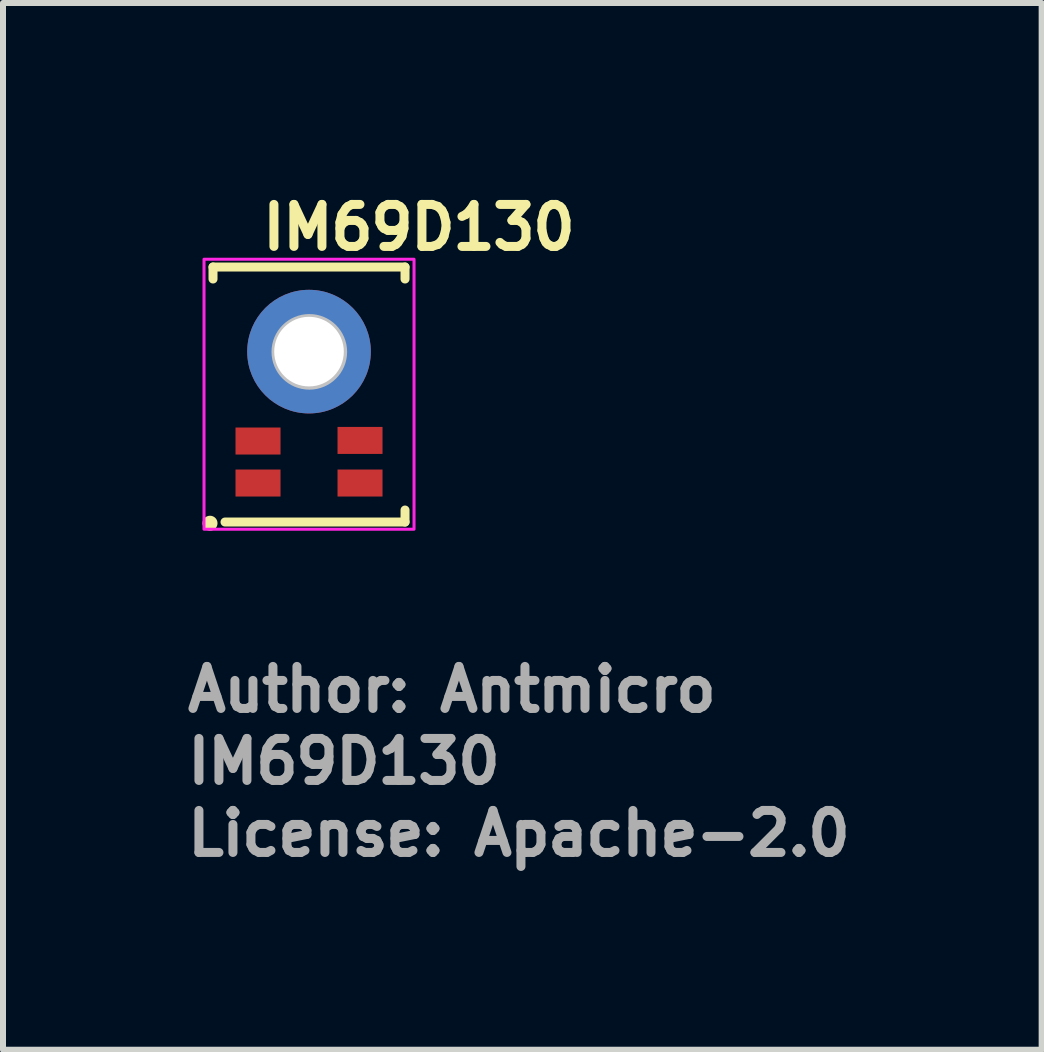
<source format=kicad_pcb>
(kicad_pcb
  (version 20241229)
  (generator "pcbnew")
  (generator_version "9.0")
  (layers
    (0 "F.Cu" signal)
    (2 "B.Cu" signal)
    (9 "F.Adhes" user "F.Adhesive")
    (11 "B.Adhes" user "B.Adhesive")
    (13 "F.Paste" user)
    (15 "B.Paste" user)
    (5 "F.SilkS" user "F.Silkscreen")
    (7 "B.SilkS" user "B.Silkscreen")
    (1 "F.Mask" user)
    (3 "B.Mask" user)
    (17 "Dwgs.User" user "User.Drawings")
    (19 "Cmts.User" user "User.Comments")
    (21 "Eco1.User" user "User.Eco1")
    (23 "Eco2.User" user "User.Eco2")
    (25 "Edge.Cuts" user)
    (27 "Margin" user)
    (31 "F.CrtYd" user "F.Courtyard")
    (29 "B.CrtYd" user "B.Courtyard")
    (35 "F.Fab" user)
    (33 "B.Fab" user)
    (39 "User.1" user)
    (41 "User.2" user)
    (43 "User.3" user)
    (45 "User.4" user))
  (footprint "IM69D130"
    (layer "F.Cu")
    (at 2.1 3.52)
    (property "Reference" "IM69D130" (at -0.85 -2.37 0) (layer "F.SilkS") (effects (font (size 0.7 0.7) (thickness 0.15)) (justify left bottom)))
    (attr smd)
    (fp_line (start -1.6 -2.12) (end 1.6 -2.12) (stroke (width 0.15) (type solid)) (layer "F.SilkS"))
    (fp_line (start -1.6 -1.92) (end -1.6 -2.12) (stroke (width 0.15) (type solid)) (layer "F.SilkS"))
    (fp_line (start 1.6 -2.12) (end 1.6 -1.92) (stroke (width 0.15) (type solid)) (layer "F.SilkS"))
    (fp_line (start 1.6 1.93) (end 1.6 2.13) (stroke (width 0.15) (type solid)) (layer "F.SilkS"))
    (fp_line (start 1.6 2.13) (end -1.4 2.13) (stroke (width 0.15) (type solid)) (layer "F.SilkS"))
    (fp_circle (center -1.65 2.15) (end -1.6 2.15) (stroke (width 0.15) (type solid)) (fill yes) (layer "F.SilkS"))
    (fp_circle (center 0.005 -0.706) (end 0.005 -1.286) (stroke (width 0.1) (type solid)) (fill no) (layer "Dwgs.User"))
    (fp_circle (center 0.005 -0.706) (end 0.005 -1.106) (stroke (width 0.1) (type solid)) (fill no) (layer "Dwgs.User"))
    (fp_rect (start -1.75 -2.25) (end 1.75 2.25) (stroke (width 0.05) (type solid)) (fill no) (layer "F.CrtYd"))
    (fp_rect (start -1.5 -2) (end 1.5 2) (stroke (width 0.1) (type solid)) (fill no) (layer "User.5"))
    (fp_line (start -1.5 -2) (end -1.5 2) (stroke (width 0.02) (type solid)) (layer "User.9"))
    (fp_line (start -1.5 2) (end 1.5 2) (stroke (width 0.02) (type solid)) (layer "User.9"))
    (fp_line (start -1.2 -1.462) (end -1.199 -1.475) (stroke (width 0.02) (type solid)) (layer "User.9"))
    (fp_line (start -1.2 -1.462) (end -1.199 -1.475) (stroke (width 0.02) (type solid)) (layer "User.9"))
    (fp_line (start -1.2 -1.45) (end -1.2 -1.462) (stroke (width 0.02) (type solid)) (layer "User.9"))
    (fp_line (start -1.2 -1.45) (end -1.2 -1.462) (stroke (width 0.02) (type solid)) (layer "User.9"))
    (fp_line (start -1.2 -1.45) (end -1.2 1.45) (stroke (width 0.02) (type solid)) (layer "User.9"))
    (fp_line (start -1.2 -1.45) (end -0.95 -1.45) (stroke (width 0.02) (type solid)) (layer "User.9"))
    (fp_line (start -1.2 1.462) (end -1.2 1.45) (stroke (width 0.02) (type solid)) (layer "User.9"))
    (fp_line (start -1.2 1.462) (end -1.2 1.45) (stroke (width 0.02) (type solid)) (layer "User.9"))
    (fp_line (start -1.199 -1.475) (end -1.197 -1.487) (stroke (width 0.02) (type solid)) (layer "User.9"))
    (fp_line (start -1.199 -1.475) (end -1.197 -1.487) (stroke (width 0.02) (type solid)) (layer "User.9"))
    (fp_line (start -1.199 1.475) (end -1.2 1.462) (stroke (width 0.02) (type solid)) (layer "User.9"))
    (fp_line (start -1.199 1.475) (end -1.2 1.462) (stroke (width 0.02) (type solid)) (layer "User.9"))
    (fp_line (start -1.197 -1.487) (end -1.195 -1.499) (stroke (width 0.02) (type solid)) (layer "User.9"))
    (fp_line (start -1.197 -1.487) (end -1.195 -1.499) (stroke (width 0.02) (type solid)) (layer "User.9"))
    (fp_line (start -1.197 1.487) (end -1.199 1.475) (stroke (width 0.02) (type solid)) (layer "User.9"))
    (fp_line (start -1.197 1.487) (end -1.199 1.475) (stroke (width 0.02) (type solid)) (layer "User.9"))
    (fp_line (start -1.195 -1.499) (end -1.192 -1.511) (stroke (width 0.02) (type solid)) (layer "User.9"))
    (fp_line (start -1.195 -1.499) (end -1.192 -1.511) (stroke (width 0.02) (type solid)) (layer "User.9"))
    (fp_line (start -1.195 1.499) (end -1.197 1.487) (stroke (width 0.02) (type solid)) (layer "User.9"))
    (fp_line (start -1.195 1.499) (end -1.197 1.487) (stroke (width 0.02) (type solid)) (layer "User.9"))
    (fp_line (start -1.192 -1.511) (end -1.189 -1.523) (stroke (width 0.02) (type solid)) (layer "User.9"))
    (fp_line (start -1.192 -1.511) (end -1.189 -1.523) (stroke (width 0.02) (type solid)) (layer "User.9"))
    (fp_line (start -1.192 1.511) (end -1.195 1.499) (stroke (width 0.02) (type solid)) (layer "User.9"))
    (fp_line (start -1.192 1.511) (end -1.195 1.499) (stroke (width 0.02) (type solid)) (layer "User.9"))
    (fp_line (start -1.189 -1.523) (end -1.185 -1.534) (stroke (width 0.02) (type solid)) (layer "User.9"))
    (fp_line (start -1.189 -1.523) (end -1.185 -1.534) (stroke (width 0.02) (type solid)) (layer "User.9"))
    (fp_line (start -1.189 1.523) (end -1.192 1.511) (stroke (width 0.02) (type solid)) (layer "User.9"))
    (fp_line (start -1.189 1.523) (end -1.192 1.511) (stroke (width 0.02) (type solid)) (layer "User.9"))
    (fp_line (start -1.185 -1.534) (end -1.181 -1.546) (stroke (width 0.02) (type solid)) (layer "User.9"))
    (fp_line (start -1.185 -1.534) (end -1.181 -1.546) (stroke (width 0.02) (type solid)) (layer "User.9"))
    (fp_line (start -1.185 1.534) (end -1.189 1.523) (stroke (width 0.02) (type solid)) (layer "User.9"))
    (fp_line (start -1.185 1.534) (end -1.189 1.523) (stroke (width 0.02) (type solid)) (layer "User.9"))
    (fp_line (start -1.181 -1.546) (end -1.176 -1.557) (stroke (width 0.02) (type solid)) (layer "User.9"))
    (fp_line (start -1.181 -1.546) (end -1.176 -1.557) (stroke (width 0.02) (type solid)) (layer "User.9"))
    (fp_line (start -1.181 1.546) (end -1.185 1.534) (stroke (width 0.02) (type solid)) (layer "User.9"))
    (fp_line (start -1.181 1.546) (end -1.185 1.534) (stroke (width 0.02) (type solid)) (layer "User.9"))
    (fp_line (start -1.176 -1.557) (end -1.171 -1.568) (stroke (width 0.02) (type solid)) (layer "User.9"))
    (fp_line (start -1.176 -1.557) (end -1.171 -1.568) (stroke (width 0.02) (type solid)) (layer "User.9"))
    (fp_line (start -1.176 1.557) (end -1.181 1.546) (stroke (width 0.02) (type solid)) (layer "User.9"))
    (fp_line (start -1.176 1.557) (end -1.181 1.546) (stroke (width 0.02) (type solid)) (layer "User.9"))
    (fp_line (start -1.171 -1.568) (end -1.165 -1.578) (stroke (width 0.02) (type solid)) (layer "User.9"))
    (fp_line (start -1.171 -1.568) (end -1.165 -1.578) (stroke (width 0.02) (type solid)) (layer "User.9"))
    (fp_line (start -1.171 1.568) (end -1.176 1.557) (stroke (width 0.02) (type solid)) (layer "User.9"))
    (fp_line (start -1.171 1.568) (end -1.176 1.557) (stroke (width 0.02) (type solid)) (layer "User.9"))
    (fp_line (start -1.165 -1.578) (end -1.158 -1.589) (stroke (width 0.02) (type solid)) (layer "User.9"))
    (fp_line (start -1.165 -1.578) (end -1.158 -1.589) (stroke (width 0.02) (type solid)) (layer "User.9"))
    (fp_line (start -1.165 1.578) (end -1.171 1.568) (stroke (width 0.02) (type solid)) (layer "User.9"))
    (fp_line (start -1.165 1.578) (end -1.171 1.568) (stroke (width 0.02) (type solid)) (layer "User.9"))
    (fp_line (start -1.158 -1.589) (end -1.151 -1.599) (stroke (width 0.02) (type solid)) (layer "User.9"))
    (fp_line (start -1.158 -1.589) (end -1.151 -1.599) (stroke (width 0.02) (type solid)) (layer "User.9"))
    (fp_line (start -1.158 1.589) (end -1.165 1.578) (stroke (width 0.02) (type solid)) (layer "User.9"))
    (fp_line (start -1.158 1.589) (end -1.165 1.578) (stroke (width 0.02) (type solid)) (layer "User.9"))
    (fp_line (start -1.151 -1.599) (end -1.143 -1.608) (stroke (width 0.02) (type solid)) (layer "User.9"))
    (fp_line (start -1.151 -1.599) (end -1.143 -1.608) (stroke (width 0.02) (type solid)) (layer "User.9"))
    (fp_line (start -1.151 1.599) (end -1.158 1.589) (stroke (width 0.02) (type solid)) (layer "User.9"))
    (fp_line (start -1.151 1.599) (end -1.158 1.589) (stroke (width 0.02) (type solid)) (layer "User.9"))
    (fp_line (start -1.143 -1.608) (end -1.135 -1.618) (stroke (width 0.02) (type solid)) (layer "User.9"))
    (fp_line (start -1.143 -1.608) (end -1.135 -1.618) (stroke (width 0.02) (type solid)) (layer "User.9"))
    (fp_line (start -1.143 1.608) (end -1.151 1.599) (stroke (width 0.02) (type solid)) (layer "User.9"))
    (fp_line (start -1.143 1.608) (end -1.151 1.599) (stroke (width 0.02) (type solid)) (layer "User.9"))
    (fp_line (start -1.135 -1.618) (end -1.127 -1.627) (stroke (width 0.02) (type solid)) (layer "User.9"))
    (fp_line (start -1.135 -1.618) (end -1.127 -1.627) (stroke (width 0.02) (type solid)) (layer "User.9"))
    (fp_line (start -1.135 1.618) (end -1.143 1.608) (stroke (width 0.02) (type solid)) (layer "User.9"))
    (fp_line (start -1.135 1.618) (end -1.143 1.608) (stroke (width 0.02) (type solid)) (layer "User.9"))
    (fp_line (start -1.127 -1.627) (end -1.118 -1.635) (stroke (width 0.02) (type solid)) (layer "User.9"))
    (fp_line (start -1.127 -1.627) (end -1.118 -1.635) (stroke (width 0.02) (type solid)) (layer "User.9"))
    (fp_line (start -1.127 1.627) (end -1.135 1.618) (stroke (width 0.02) (type solid)) (layer "User.9"))
    (fp_line (start -1.127 1.627) (end -1.135 1.618) (stroke (width 0.02) (type solid)) (layer "User.9"))
    (fp_line (start -1.118 -1.635) (end -1.108 -1.643) (stroke (width 0.02) (type solid)) (layer "User.9"))
    (fp_line (start -1.118 -1.635) (end -1.108 -1.643) (stroke (width 0.02) (type solid)) (layer "User.9"))
    (fp_line (start -1.118 1.635) (end -1.127 1.627) (stroke (width 0.02) (type solid)) (layer "User.9"))
    (fp_line (start -1.118 1.635) (end -1.127 1.627) (stroke (width 0.02) (type solid)) (layer "User.9"))
    (fp_line (start -1.108 -1.643) (end -1.099 -1.651) (stroke (width 0.02) (type solid)) (layer "User.9"))
    (fp_line (start -1.108 -1.643) (end -1.099 -1.651) (stroke (width 0.02) (type solid)) (layer "User.9"))
    (fp_line (start -1.108 1.643) (end -1.118 1.635) (stroke (width 0.02) (type solid)) (layer "User.9"))
    (fp_line (start -1.108 1.643) (end -1.118 1.635) (stroke (width 0.02) (type solid)) (layer "User.9"))
    (fp_line (start -1.099 -1.651) (end -1.089 -1.658) (stroke (width 0.02) (type solid)) (layer "User.9"))
    (fp_line (start -1.099 -1.651) (end -1.089 -1.658) (stroke (width 0.02) (type solid)) (layer "User.9"))
    (fp_line (start -1.099 1.651) (end -1.108 1.643) (stroke (width 0.02) (type solid)) (layer "User.9"))
    (fp_line (start -1.099 1.651) (end -1.108 1.643) (stroke (width 0.02) (type solid)) (layer "User.9"))
    (fp_line (start -1.089 -1.658) (end -1.078 -1.665) (stroke (width 0.02) (type solid)) (layer "User.9"))
    (fp_line (start -1.089 -1.658) (end -1.078 -1.665) (stroke (width 0.02) (type solid)) (layer "User.9"))
    (fp_line (start -1.089 1.658) (end -1.099 1.651) (stroke (width 0.02) (type solid)) (layer "User.9"))
    (fp_line (start -1.089 1.658) (end -1.099 1.651) (stroke (width 0.02) (type solid)) (layer "User.9"))
    (fp_line (start -1.078 -1.665) (end -1.068 -1.671) (stroke (width 0.02) (type solid)) (layer "User.9"))
    (fp_line (start -1.078 -1.665) (end -1.068 -1.671) (stroke (width 0.02) (type solid)) (layer "User.9"))
    (fp_line (start -1.078 1.665) (end -1.089 1.658) (stroke (width 0.02) (type solid)) (layer "User.9"))
    (fp_line (start -1.078 1.665) (end -1.089 1.658) (stroke (width 0.02) (type solid)) (layer "User.9"))
    (fp_line (start -1.068 -1.671) (end -1.057 -1.676) (stroke (width 0.02) (type solid)) (layer "User.9"))
    (fp_line (start -1.068 -1.671) (end -1.057 -1.676) (stroke (width 0.02) (type solid)) (layer "User.9"))
    (fp_line (start -1.068 1.671) (end -1.078 1.665) (stroke (width 0.02) (type solid)) (layer "User.9"))
    (fp_line (start -1.068 1.671) (end -1.078 1.665) (stroke (width 0.02) (type solid)) (layer "User.9"))
    (fp_line (start -1.057 -1.676) (end -1.046 -1.681) (stroke (width 0.02) (type solid)) (layer "User.9"))
    (fp_line (start -1.057 -1.676) (end -1.046 -1.681) (stroke (width 0.02) (type solid)) (layer "User.9"))
    (fp_line (start -1.057 1.676) (end -1.068 1.671) (stroke (width 0.02) (type solid)) (layer "User.9"))
    (fp_line (start -1.057 1.676) (end -1.068 1.671) (stroke (width 0.02) (type solid)) (layer "User.9"))
    (fp_line (start -1.046 -1.681) (end -1.034 -1.685) (stroke (width 0.02) (type solid)) (layer "User.9"))
    (fp_line (start -1.046 -1.681) (end -1.034 -1.685) (stroke (width 0.02) (type solid)) (layer "User.9"))
    (fp_line (start -1.046 1.681) (end -1.057 1.676) (stroke (width 0.02) (type solid)) (layer "User.9"))
    (fp_line (start -1.046 1.681) (end -1.057 1.676) (stroke (width 0.02) (type solid)) (layer "User.9"))
    (fp_line (start -1.034 -1.685) (end -1.023 -1.689) (stroke (width 0.02) (type solid)) (layer "User.9"))
    (fp_line (start -1.034 -1.685) (end -1.023 -1.689) (stroke (width 0.02) (type solid)) (layer "User.9"))
    (fp_line (start -1.034 1.685) (end -1.046 1.681) (stroke (width 0.02) (type solid)) (layer "User.9"))
    (fp_line (start -1.034 1.685) (end -1.046 1.681) (stroke (width 0.02) (type solid)) (layer "User.9"))
    (fp_line (start -1.023 -1.689) (end -1.011 -1.692) (stroke (width 0.02) (type solid)) (layer "User.9"))
    (fp_line (start -1.023 -1.689) (end -1.011 -1.692) (stroke (width 0.02) (type solid)) (layer "User.9"))
    (fp_line (start -1.023 1.689) (end -1.034 1.685) (stroke (width 0.02) (type solid)) (layer "User.9"))
    (fp_line (start -1.023 1.689) (end -1.034 1.685) (stroke (width 0.02) (type solid)) (layer "User.9"))
    (fp_line (start -1.011 -1.692) (end -0.999 -1.695) (stroke (width 0.02) (type solid)) (layer "User.9"))
    (fp_line (start -1.011 -1.692) (end -0.999 -1.695) (stroke (width 0.02) (type solid)) (layer "User.9"))
    (fp_line (start -1.011 1.692) (end -1.023 1.689) (stroke (width 0.02) (type solid)) (layer "User.9"))
    (fp_line (start -1.011 1.692) (end -1.023 1.689) (stroke (width 0.02) (type solid)) (layer "User.9"))
    (fp_line (start -0.999 -1.695) (end -0.987 -1.697) (stroke (width 0.02) (type solid)) (layer "User.9"))
    (fp_line (start -0.999 -1.695) (end -0.987 -1.697) (stroke (width 0.02) (type solid)) (layer "User.9"))
    (fp_line (start -0.999 1.695) (end -1.011 1.692) (stroke (width 0.02) (type solid)) (layer "User.9"))
    (fp_line (start -0.999 1.695) (end -1.011 1.692) (stroke (width 0.02) (type solid)) (layer "User.9"))
    (fp_line (start -0.987 -1.697) (end -0.975 -1.699) (stroke (width 0.02) (type solid)) (layer "User.9"))
    (fp_line (start -0.987 -1.697) (end -0.975 -1.699) (stroke (width 0.02) (type solid)) (layer "User.9"))
    (fp_line (start -0.987 1.697) (end -0.999 1.695) (stroke (width 0.02) (type solid)) (layer "User.9"))
    (fp_line (start -0.987 1.697) (end -0.999 1.695) (stroke (width 0.02) (type solid)) (layer "User.9"))
    (fp_line (start -0.975 -1.699) (end -0.962 -1.7) (stroke (width 0.02) (type solid)) (layer "User.9"))
    (fp_line (start -0.975 -1.699) (end -0.962 -1.7) (stroke (width 0.02) (type solid)) (layer "User.9"))
    (fp_line (start -0.975 1.699) (end -0.987 1.697) (stroke (width 0.02) (type solid)) (layer "User.9"))
    (fp_line (start -0.975 1.699) (end -0.987 1.697) (stroke (width 0.02) (type solid)) (layer "User.9"))
    (fp_line (start -0.962 -1.7) (end -0.95 -1.7) (stroke (width 0.02) (type solid)) (layer "User.9"))
    (fp_line (start -0.962 -1.7) (end -0.95 -1.7) (stroke (width 0.02) (type solid)) (layer "User.9"))
    (fp_line (start -0.962 1.7) (end -0.975 1.699) (stroke (width 0.02) (type solid)) (layer "User.9"))
    (fp_line (start -0.962 1.7) (end -0.975 1.699) (stroke (width 0.02) (type solid)) (layer "User.9"))
    (fp_line (start -0.95 -1.45) (end -0.95 -1.7) (stroke (width 0.02) (type solid)) (layer "User.9"))
    (fp_line (start -0.95 1.45) (end -1.2 1.45) (stroke (width 0.02) (type solid)) (layer "User.9"))
    (fp_line (start -0.95 1.7) (end -0.962 1.7) (stroke (width 0.02) (type solid)) (layer "User.9"))
    (fp_line (start -0.95 1.7) (end -0.962 1.7) (stroke (width 0.02) (type solid)) (layer "User.9"))
    (fp_line (start -0.95 1.7) (end -0.95 1.45) (stroke (width 0.02) (type solid)) (layer "User.9"))
    (fp_line (start -0.95 1.7) (end 0.95 1.7) (stroke (width 0.02) (type solid)) (layer "User.9"))
    (fp_line (start -0.625 0.994) (end -0.625 1) (stroke (width 0.02) (type solid)) (layer "User.9"))
    (fp_line (start -0.625 1) (end -0.625 1.006) (stroke (width 0.02) (type solid)) (layer "User.9"))
    (fp_line (start -0.625 1.006) (end -0.624 1.013) (stroke (width 0.02) (type solid)) (layer "User.9"))
    (fp_line (start -0.624 0.981) (end -0.624 0.987) (stroke (width 0.02) (type solid)) (layer "User.9"))
    (fp_line (start -0.624 0.987) (end -0.625 0.994) (stroke (width 0.02) (type solid)) (layer "User.9"))
    (fp_line (start -0.624 1.013) (end -0.624 1.019) (stroke (width 0.02) (type solid)) (layer "User.9"))
    (fp_line (start -0.624 1.019) (end -0.622 1.025) (stroke (width 0.02) (type solid)) (layer "User.9"))
    (fp_line (start -0.622 0.975) (end -0.624 0.981) (stroke (width 0.02) (type solid)) (layer "User.9"))
    (fp_line (start -0.622 1.025) (end -0.621 1.031) (stroke (width 0.02) (type solid)) (layer "User.9"))
    (fp_line (start -0.621 0.969) (end -0.622 0.975) (stroke (width 0.02) (type solid)) (layer "User.9"))
    (fp_line (start -0.621 1.031) (end -0.619 1.037) (stroke (width 0.02) (type solid)) (layer "User.9"))
    (fp_line (start -0.619 0.963) (end -0.621 0.969) (stroke (width 0.02) (type solid)) (layer "User.9"))
    (fp_line (start -0.619 1.037) (end -0.617 1.043) (stroke (width 0.02) (type solid)) (layer "User.9"))
    (fp_line (start -0.617 0.957) (end -0.619 0.963) (stroke (width 0.02) (type solid)) (layer "User.9"))
    (fp_line (start -0.617 1.043) (end -0.615 1.049) (stroke (width 0.02) (type solid)) (layer "User.9"))
    (fp_line (start -0.615 0.951) (end -0.617 0.957) (stroke (width 0.02) (type solid)) (layer "User.9"))
    (fp_line (start -0.615 1.049) (end -0.613 1.054) (stroke (width 0.02) (type solid)) (layer "User.9"))
    (fp_line (start -0.613 0.946) (end -0.615 0.951) (stroke (width 0.02) (type solid)) (layer "User.9"))
    (fp_line (start -0.613 1.054) (end -0.61 1.06) (stroke (width 0.02) (type solid)) (layer "User.9"))
    (fp_line (start -0.61 0.94) (end -0.613 0.946) (stroke (width 0.02) (type solid)) (layer "User.9"))
    (fp_line (start -0.61 1.06) (end -0.607 1.065) (stroke (width 0.02) (type solid)) (layer "User.9"))
    (fp_line (start -0.607 0.935) (end -0.61 0.94) (stroke (width 0.02) (type solid)) (layer "User.9"))
    (fp_line (start -0.607 1.065) (end -0.604 1.07) (stroke (width 0.02) (type solid)) (layer "User.9"))
    (fp_line (start -0.604 0.93) (end -0.607 0.935) (stroke (width 0.02) (type solid)) (layer "User.9"))
    (fp_line (start -0.604 1.07) (end -0.6 1.075) (stroke (width 0.02) (type solid)) (layer "User.9"))
    (fp_line (start -0.6 0.925) (end -0.604 0.93) (stroke (width 0.02) (type solid)) (layer "User.9"))
    (fp_line (start -0.6 1.075) (end -0.596 1.08) (stroke (width 0.02) (type solid)) (layer "User.9"))
    (fp_line (start -0.596 0.92) (end -0.6 0.925) (stroke (width 0.02) (type solid)) (layer "User.9"))
    (fp_line (start -0.596 1.08) (end -0.593 1.084) (stroke (width 0.02) (type solid)) (layer "User.9"))
    (fp_line (start -0.593 0.916) (end -0.596 0.92) (stroke (width 0.02) (type solid)) (layer "User.9"))
    (fp_line (start -0.593 1.084) (end -0.588 1.088) (stroke (width 0.02) (type solid)) (layer "User.9"))
    (fp_line (start -0.588 0.912) (end -0.593 0.916) (stroke (width 0.02) (type solid)) (layer "User.9"))
    (fp_line (start -0.588 1.088) (end -0.584 1.093) (stroke (width 0.02) (type solid)) (layer "User.9"))
    (fp_line (start -0.584 0.907) (end -0.588 0.912) (stroke (width 0.02) (type solid)) (layer "User.9"))
    (fp_line (start -0.584 1.093) (end -0.58 1.096) (stroke (width 0.02) (type solid)) (layer "User.9"))
    (fp_line (start -0.58 0.904) (end -0.584 0.907) (stroke (width 0.02) (type solid)) (layer "User.9"))
    (fp_line (start -0.58 1.096) (end -0.575 1.1) (stroke (width 0.02) (type solid)) (layer "User.9"))
    (fp_line (start -0.575 0.9) (end -0.58 0.904) (stroke (width 0.02) (type solid)) (layer "User.9"))
    (fp_line (start -0.575 1.1) (end -0.57 1.104) (stroke (width 0.02) (type solid)) (layer "User.9"))
    (fp_line (start -0.57 0.896) (end -0.575 0.9) (stroke (width 0.02) (type solid)) (layer "User.9"))
    (fp_line (start -0.57 1.104) (end -0.565 1.107) (stroke (width 0.02) (type solid)) (layer "User.9"))
    (fp_line (start -0.565 0.893) (end -0.57 0.896) (stroke (width 0.02) (type solid)) (layer "User.9"))
    (fp_line (start -0.565 1.107) (end -0.56 1.11) (stroke (width 0.02) (type solid)) (layer "User.9"))
    (fp_line (start -0.56 0.89) (end -0.565 0.893) (stroke (width 0.02) (type solid)) (layer "User.9"))
    (fp_line (start -0.56 1.11) (end -0.554 1.113) (stroke (width 0.02) (type solid)) (layer "User.9"))
    (fp_line (start -0.554 0.887) (end -0.56 0.89) (stroke (width 0.02) (type solid)) (layer "User.9"))
    (fp_line (start -0.554 1.113) (end -0.549 1.115) (stroke (width 0.02) (type solid)) (layer "User.9"))
    (fp_line (start -0.549 0.885) (end -0.554 0.887) (stroke (width 0.02) (type solid)) (layer "User.9"))
    (fp_line (start -0.549 1.115) (end -0.543 1.117) (stroke (width 0.02) (type solid)) (layer "User.9"))
    (fp_line (start -0.543 0.883) (end -0.549 0.885) (stroke (width 0.02) (type solid)) (layer "User.9"))
    (fp_line (start -0.543 1.117) (end -0.537 1.119) (stroke (width 0.02) (type solid)) (layer "User.9"))
    (fp_line (start -0.537 0.881) (end -0.543 0.883) (stroke (width 0.02) (type solid)) (layer "User.9"))
    (fp_line (start -0.537 1.119) (end -0.531 1.121) (stroke (width 0.02) (type solid)) (layer "User.9"))
    (fp_line (start -0.531 0.879) (end -0.537 0.881) (stroke (width 0.02) (type solid)) (layer "User.9"))
    (fp_line (start -0.531 1.121) (end -0.525 1.122) (stroke (width 0.02) (type solid)) (layer "User.9"))
    (fp_line (start -0.525 0.878) (end -0.531 0.879) (stroke (width 0.02) (type solid)) (layer "User.9"))
    (fp_line (start -0.525 1.122) (end -0.519 1.124) (stroke (width 0.02) (type solid)) (layer "User.9"))
    (fp_line (start -0.519 0.876) (end -0.525 0.878) (stroke (width 0.02) (type solid)) (layer "User.9"))
    (fp_line (start -0.519 1.124) (end -0.513 1.124) (stroke (width 0.02) (type solid)) (layer "User.9"))
    (fp_line (start -0.513 0.876) (end -0.519 0.876) (stroke (width 0.02) (type solid)) (layer "User.9"))
    (fp_line (start -0.513 1.124) (end -0.506 1.125) (stroke (width 0.02) (type solid)) (layer "User.9"))
    (fp_line (start -0.506 0.875) (end -0.513 0.876) (stroke (width 0.02) (type solid)) (layer "User.9"))
    (fp_line (start -0.506 1.125) (end -0.5 1.125) (stroke (width 0.02) (type solid)) (layer "User.9"))
    (fp_line (start -0.5 0.875) (end -0.506 0.875) (stroke (width 0.02) (type solid)) (layer "User.9"))
    (fp_line (start -0.5 1.125) (end -0.494 1.125) (stroke (width 0.02) (type solid)) (layer "User.9"))
    (fp_line (start -0.494 0.875) (end -0.5 0.875) (stroke (width 0.02) (type solid)) (layer "User.9"))
    (fp_line (start -0.494 1.125) (end -0.487 1.124) (stroke (width 0.02) (type solid)) (layer "User.9"))
    (fp_line (start -0.487 0.876) (end -0.494 0.875) (stroke (width 0.02) (type solid)) (layer "User.9"))
    (fp_line (start -0.487 1.124) (end -0.481 1.124) (stroke (width 0.02) (type solid)) (layer "User.9"))
    (fp_line (start -0.481 0.876) (end -0.487 0.876) (stroke (width 0.02) (type solid)) (layer "User.9"))
    (fp_line (start -0.481 1.124) (end -0.475 1.122) (stroke (width 0.02) (type solid)) (layer "User.9"))
    (fp_line (start -0.475 0.878) (end -0.481 0.876) (stroke (width 0.02) (type solid)) (layer "User.9"))
    (fp_line (start -0.475 1.122) (end -0.469 1.121) (stroke (width 0.02) (type solid)) (layer "User.9"))
    (fp_line (start -0.469 0.879) (end -0.475 0.878) (stroke (width 0.02) (type solid)) (layer "User.9"))
    (fp_line (start -0.469 1.121) (end -0.463 1.119) (stroke (width 0.02) (type solid)) (layer "User.9"))
    (fp_line (start -0.463 0.881) (end -0.469 0.879) (stroke (width 0.02) (type solid)) (layer "User.9"))
    (fp_line (start -0.463 1.119) (end -0.457 1.117) (stroke (width 0.02) (type solid)) (layer "User.9"))
    (fp_line (start -0.457 0.883) (end -0.463 0.881) (stroke (width 0.02) (type solid)) (layer "User.9"))
    (fp_line (start -0.457 1.117) (end -0.451 1.115) (stroke (width 0.02) (type solid)) (layer "User.9"))
    (fp_line (start -0.451 0.885) (end -0.457 0.883) (stroke (width 0.02) (type solid)) (layer "User.9"))
    (fp_line (start -0.451 1.115) (end -0.446 1.113) (stroke (width 0.02) (type solid)) (layer "User.9"))
    (fp_line (start -0.446 0.887) (end -0.451 0.885) (stroke (width 0.02) (type solid)) (layer "User.9"))
    (fp_line (start -0.446 1.113) (end -0.44 1.11) (stroke (width 0.02) (type solid)) (layer "User.9"))
    (fp_line (start -0.44 0.89) (end -0.446 0.887) (stroke (width 0.02) (type solid)) (layer "User.9"))
    (fp_line (start -0.44 1.11) (end -0.435 1.107) (stroke (width 0.02) (type solid)) (layer "User.9"))
    (fp_line (start -0.435 0.893) (end -0.44 0.89) (stroke (width 0.02) (type solid)) (layer "User.9"))
    (fp_line (start -0.435 1.107) (end -0.43 1.104) (stroke (width 0.02) (type solid)) (layer "User.9"))
    (fp_line (start -0.43 0.896) (end -0.435 0.893) (stroke (width 0.02) (type solid)) (layer "User.9"))
    (fp_line (start -0.43 1.104) (end -0.425 1.1) (stroke (width 0.02) (type solid)) (layer "User.9"))
    (fp_line (start -0.425 0.9) (end -0.43 0.896) (stroke (width 0.02) (type solid)) (layer "User.9"))
    (fp_line (start -0.425 1.1) (end -0.42 1.096) (stroke (width 0.02) (type solid)) (layer "User.9"))
    (fp_line (start -0.42 0.904) (end -0.425 0.9) (stroke (width 0.02) (type solid)) (layer "User.9"))
    (fp_line (start -0.42 1.096) (end -0.416 1.093) (stroke (width 0.02) (type solid)) (layer "User.9"))
    (fp_line (start -0.416 0.907) (end -0.42 0.904) (stroke (width 0.02) (type solid)) (layer "User.9"))
    (fp_line (start -0.416 1.093) (end -0.412 1.088) (stroke (width 0.02) (type solid)) (layer "User.9"))
    (fp_line (start -0.412 0.912) (end -0.416 0.907) (stroke (width 0.02) (type solid)) (layer "User.9"))
    (fp_line (start -0.412 1.088) (end -0.407 1.084) (stroke (width 0.02) (type solid)) (layer "User.9"))
    (fp_line (start -0.407 0.916) (end -0.412 0.912) (stroke (width 0.02) (type solid)) (layer "User.9"))
    (fp_line (start -0.407 1.084) (end -0.404 1.08) (stroke (width 0.02) (type solid)) (layer "User.9"))
    (fp_line (start -0.404 0.92) (end -0.407 0.916) (stroke (width 0.02) (type solid)) (layer "User.9"))
    (fp_line (start -0.404 1.08) (end -0.4 1.075) (stroke (width 0.02) (type solid)) (layer "User.9"))
    (fp_line (start -0.4 0.925) (end -0.404 0.92) (stroke (width 0.02) (type solid)) (layer "User.9"))
    (fp_line (start -0.4 1.075) (end -0.396 1.07) (stroke (width 0.02) (type solid)) (layer "User.9"))
    (fp_line (start -0.396 0.93) (end -0.4 0.925) (stroke (width 0.02) (type solid)) (layer "User.9"))
    (fp_line (start -0.396 1.07) (end -0.393 1.065) (stroke (width 0.02) (type solid)) (layer "User.9"))
    (fp_line (start -0.393 0.935) (end -0.396 0.93) (stroke (width 0.02) (type solid)) (layer "User.9"))
    (fp_line (start -0.393 1.065) (end -0.39 1.06) (stroke (width 0.02) (type solid)) (layer "User.9"))
    (fp_line (start -0.39 0.94) (end -0.393 0.935) (stroke (width 0.02) (type solid)) (layer "User.9"))
    (fp_line (start -0.39 1.06) (end -0.387 1.054) (stroke (width 0.02) (type solid)) (layer "User.9"))
    (fp_line (start -0.387 0.946) (end -0.39 0.94) (stroke (width 0.02) (type solid)) (layer "User.9"))
    (fp_line (start -0.387 1.054) (end -0.385 1.049) (stroke (width 0.02) (type solid)) (layer "User.9"))
    (fp_line (start -0.385 0.951) (end -0.387 0.946) (stroke (width 0.02) (type solid)) (layer "User.9"))
    (fp_line (start -0.385 1.049) (end -0.383 1.043) (stroke (width 0.02) (type solid)) (layer "User.9"))
    (fp_line (start -0.383 0.957) (end -0.385 0.951) (stroke (width 0.02) (type solid)) (layer "User.9"))
    (fp_line (start -0.383 1.043) (end -0.381 1.037) (stroke (width 0.02) (type solid)) (layer "User.9"))
    (fp_line (start -0.381 0.963) (end -0.383 0.957) (stroke (width 0.02) (type solid)) (layer "User.9"))
    (fp_line (start -0.381 1.037) (end -0.379 1.031) (stroke (width 0.02) (type solid)) (layer "User.9"))
    (fp_line (start -0.379 0.969) (end -0.381 0.963) (stroke (width 0.02) (type solid)) (layer "User.9"))
    (fp_line (start -0.379 1.031) (end -0.378 1.025) (stroke (width 0.02) (type solid)) (layer "User.9"))
    (fp_line (start -0.378 0.975) (end -0.379 0.969) (stroke (width 0.02) (type solid)) (layer "User.9"))
    (fp_line (start -0.378 1.025) (end -0.376 1.019) (stroke (width 0.02) (type solid)) (layer "User.9"))
    (fp_line (start -0.376 0.981) (end -0.378 0.975) (stroke (width 0.02) (type solid)) (layer "User.9"))
    (fp_line (start -0.376 0.987) (end -0.376 0.981) (stroke (width 0.02) (type solid)) (layer "User.9"))
    (fp_line (start -0.376 1.013) (end -0.375 1.006) (stroke (width 0.02) (type solid)) (layer "User.9"))
    (fp_line (start -0.376 1.019) (end -0.376 1.013) (stroke (width 0.02) (type solid)) (layer "User.9"))
    (fp_line (start -0.375 0.994) (end -0.376 0.987) (stroke (width 0.02) (type solid)) (layer "User.9"))
    (fp_line (start -0.375 1) (end -0.375 0.994) (stroke (width 0.02) (type solid)) (layer "User.9"))
    (fp_line (start -0.375 1.006) (end -0.375 1) (stroke (width 0.02) (type solid)) (layer "User.9"))
    (fp_line (start 0.95 -1.7) (end -0.95 -1.7) (stroke (width 0.02) (type solid)) (layer "User.9"))
    (fp_line (start 0.95 -1.7) (end 0.95 -1.45) (stroke (width 0.02) (type solid)) (layer "User.9"))
    (fp_line (start 0.95 -1.7) (end 0.962 -1.7) (stroke (width 0.02) (type solid)) (layer "User.9"))
    (fp_line (start 0.95 -1.45) (end 1.2 -1.45) (stroke (width 0.02) (type solid)) (layer "User.9"))
    (fp_line (start 0.95 1.45) (end 0.95 1.7) (stroke (width 0.02) (type solid)) (layer "User.9"))
    (fp_line (start 0.95 1.7) (end -0.95 1.7) (stroke (width 0.02) (type solid)) (layer "User.9"))
    (fp_line (start 0.962 -1.7) (end 0.975 -1.699) (stroke (width 0.02) (type solid)) (layer "User.9"))
    (fp_line (start 0.962 1.7) (end 0.95 1.7) (stroke (width 0.02) (type solid)) (layer "User.9"))
    (fp_line (start 0.975 -1.699) (end 0.987 -1.697) (stroke (width 0.02) (type solid)) (layer "User.9"))
    (fp_line (start 0.975 1.699) (end 0.962 1.7) (stroke (width 0.02) (type solid)) (layer "User.9"))
    (fp_line (start 0.987 -1.697) (end 0.999 -1.695) (stroke (width 0.02) (type solid)) (layer "User.9"))
    (fp_line (start 0.987 1.697) (end 0.975 1.699) (stroke (width 0.02) (type solid)) (layer "User.9"))
    (fp_line (start 0.999 -1.695) (end 1.011 -1.692) (stroke (width 0.02) (type solid)) (layer "User.9"))
    (fp_line (start 0.999 1.695) (end 0.987 1.697) (stroke (width 0.02) (type solid)) (layer "User.9"))
    (fp_line (start 1.011 -1.692) (end 1.023 -1.689) (stroke (width 0.02) (type solid)) (layer "User.9"))
    (fp_line (start 1.011 1.692) (end 0.999 1.695) (stroke (width 0.02) (type solid)) (layer "User.9"))
    (fp_line (start 1.023 -1.689) (end 1.034 -1.685) (stroke (width 0.02) (type solid)) (layer "User.9"))
    (fp_line (start 1.023 1.689) (end 1.011 1.692) (stroke (width 0.02) (type solid)) (layer "User.9"))
    (fp_line (start 1.034 -1.685) (end 1.046 -1.681) (stroke (width 0.02) (type solid)) (layer "User.9"))
    (fp_line (start 1.034 1.685) (end 1.023 1.689) (stroke (width 0.02) (type solid)) (layer "User.9"))
    (fp_line (start 1.046 -1.681) (end 1.057 -1.676) (stroke (width 0.02) (type solid)) (layer "User.9"))
    (fp_line (start 1.046 1.681) (end 1.034 1.685) (stroke (width 0.02) (type solid)) (layer "User.9"))
    (fp_line (start 1.057 -1.676) (end 1.068 -1.671) (stroke (width 0.02) (type solid)) (layer "User.9"))
    (fp_line (start 1.057 1.676) (end 1.046 1.681) (stroke (width 0.02) (type solid)) (layer "User.9"))
    (fp_line (start 1.068 -1.671) (end 1.078 -1.665) (stroke (width 0.02) (type solid)) (layer "User.9"))
    (fp_line (start 1.068 1.671) (end 1.057 1.676) (stroke (width 0.02) (type solid)) (layer "User.9"))
    (fp_line (start 1.078 -1.665) (end 1.089 -1.658) (stroke (width 0.02) (type solid)) (layer "User.9"))
    (fp_line (start 1.078 1.665) (end 1.068 1.671) (stroke (width 0.02) (type solid)) (layer "User.9"))
    (fp_line (start 1.089 -1.658) (end 1.099 -1.651) (stroke (width 0.02) (type solid)) (layer "User.9"))
    (fp_line (start 1.089 1.658) (end 1.078 1.665) (stroke (width 0.02) (type solid)) (layer "User.9"))
    (fp_line (start 1.099 -1.651) (end 1.108 -1.643) (stroke (width 0.02) (type solid)) (layer "User.9"))
    (fp_line (start 1.099 1.651) (end 1.089 1.658) (stroke (width 0.02) (type solid)) (layer "User.9"))
    (fp_line (start 1.108 -1.643) (end 1.118 -1.635) (stroke (width 0.02) (type solid)) (layer "User.9"))
    (fp_line (start 1.108 1.643) (end 1.099 1.651) (stroke (width 0.02) (type solid)) (layer "User.9"))
    (fp_line (start 1.118 -1.635) (end 1.127 -1.627) (stroke (width 0.02) (type solid)) (layer "User.9"))
    (fp_line (start 1.118 1.635) (end 1.108 1.643) (stroke (width 0.02) (type solid)) (layer "User.9"))
    (fp_line (start 1.127 -1.627) (end 1.135 -1.618) (stroke (width 0.02) (type solid)) (layer "User.9"))
    (fp_line (start 1.127 1.627) (end 1.118 1.635) (stroke (width 0.02) (type solid)) (layer "User.9"))
    (fp_line (start 1.135 -1.618) (end 1.143 -1.608) (stroke (width 0.02) (type solid)) (layer "User.9"))
    (fp_line (start 1.135 1.618) (end 1.127 1.627) (stroke (width 0.02) (type solid)) (layer "User.9"))
    (fp_line (start 1.143 -1.608) (end 1.151 -1.599) (stroke (width 0.02) (type solid)) (layer "User.9"))
    (fp_line (start 1.143 1.608) (end 1.135 1.618) (stroke (width 0.02) (type solid)) (layer "User.9"))
    (fp_line (start 1.151 -1.599) (end 1.158 -1.589) (stroke (width 0.02) (type solid)) (layer "User.9"))
    (fp_line (start 1.151 1.599) (end 1.143 1.608) (stroke (width 0.02) (type solid)) (layer "User.9"))
    (fp_line (start 1.158 -1.589) (end 1.165 -1.578) (stroke (width 0.02) (type solid)) (layer "User.9"))
    (fp_line (start 1.158 1.589) (end 1.151 1.599) (stroke (width 0.02) (type solid)) (layer "User.9"))
    (fp_line (start 1.165 -1.578) (end 1.171 -1.568) (stroke (width 0.02) (type solid)) (layer "User.9"))
    (fp_line (start 1.165 1.578) (end 1.158 1.589) (stroke (width 0.02) (type solid)) (layer "User.9"))
    (fp_line (start 1.171 -1.568) (end 1.176 -1.557) (stroke (width 0.02) (type solid)) (layer "User.9"))
    (fp_line (start 1.171 1.568) (end 1.165 1.578) (stroke (width 0.02) (type solid)) (layer "User.9"))
    (fp_line (start 1.176 -1.557) (end 1.181 -1.546) (stroke (width 0.02) (type solid)) (layer "User.9"))
    (fp_line (start 1.176 1.557) (end 1.171 1.568) (stroke (width 0.02) (type solid)) (layer "User.9"))
    (fp_line (start 1.181 -1.546) (end 1.185 -1.534) (stroke (width 0.02) (type solid)) (layer "User.9"))
    (fp_line (start 1.181 1.546) (end 1.176 1.557) (stroke (width 0.02) (type solid)) (layer "User.9"))
    (fp_line (start 1.185 -1.534) (end 1.189 -1.523) (stroke (width 0.02) (type solid)) (layer "User.9"))
    (fp_line (start 1.185 1.534) (end 1.181 1.546) (stroke (width 0.02) (type solid)) (layer "User.9"))
    (fp_line (start 1.189 -1.523) (end 1.192 -1.511) (stroke (width 0.02) (type solid)) (layer "User.9"))
    (fp_line (start 1.189 1.523) (end 1.185 1.534) (stroke (width 0.02) (type solid)) (layer "User.9"))
    (fp_line (start 1.192 -1.511) (end 1.195 -1.499) (stroke (width 0.02) (type solid)) (layer "User.9"))
    (fp_line (start 1.192 1.511) (end 1.189 1.523) (stroke (width 0.02) (type solid)) (layer "User.9"))
    (fp_line (start 1.195 -1.499) (end 1.197 -1.487) (stroke (width 0.02) (type solid)) (layer "User.9"))
    (fp_line (start 1.195 1.499) (end 1.192 1.511) (stroke (width 0.02) (type solid)) (layer "User.9"))
    (fp_line (start 1.197 -1.487) (end 1.199 -1.475) (stroke (width 0.02) (type solid)) (layer "User.9"))
    (fp_line (start 1.197 1.487) (end 1.195 1.499) (stroke (width 0.02) (type solid)) (layer "User.9"))
    (fp_line (start 1.199 -1.475) (end 1.2 -1.462) (stroke (width 0.02) (type solid)) (layer "User.9"))
    (fp_line (start 1.199 1.475) (end 1.197 1.487) (stroke (width 0.02) (type solid)) (layer "User.9"))
    (fp_line (start 1.2 -1.462) (end 1.2 -1.45) (stroke (width 0.02) (type solid)) (layer "User.9"))
    (fp_line (start 1.2 1.45) (end 0.95 1.45) (stroke (width 0.02) (type solid)) (layer "User.9"))
    (fp_line (start 1.2 1.45) (end 1.2 -1.45) (stroke (width 0.02) (type solid)) (layer "User.9"))
    (fp_line (start 1.2 1.45) (end 1.2 1.462) (stroke (width 0.02) (type solid)) (layer "User.9"))
    (fp_line (start 1.2 1.462) (end 1.199 1.475) (stroke (width 0.02) (type solid)) (layer "User.9"))
    (fp_line (start 1.5 -2) (end -1.5 -2) (stroke (width 0.02) (type solid)) (layer "User.9"))
    (fp_line (start 1.5 2) (end 1.5 -2) (stroke (width 0.02) (type solid)) (layer "User.9"))
    (fp_text user "Author: Antmicro" (at -2.1 5.33 0) (layer "F.Fab") (effects (font (size 0.7 0.7) (thickness 0.15)) (justify left bottom)))
    (fp_text user "License: Apache-2.0" (at -2.1 7.73 0) (layer "F.Fab") (effects (font (size 0.7 0.7) (thickness 0.15)) (justify left bottom)))
    (fp_text user "${REFERENCE}" (at -2.1 6.53 0) (layer "F.Fab") (effects (font (size 0.7 0.7) (thickness 0.15)) (justify left bottom)))
    (pad "1" smd rect (at -0.85 1.48 90) (size 0.45 0.75) (layers "F.Cu" "F.Mask" "F.Paste"))
    (pad "2" smd rect (at -0.85 0.78 90) (size 0.45 0.75) (layers "F.Cu" "F.Mask" "F.Paste"))
    (pad "3" smd rect (at 0.85 1.48 90) (size 0.45 0.75) (layers "F.Cu" "F.Mask" "F.Paste"))
    (pad "4" smd rect (at 0.85 0.77 90) (size 0.45 0.75) (layers "F.Cu" "F.Mask" "F.Paste"))
    (pad "5" thru_hole circle (at 0 -0.71 90) (size 2.06 2.06) (drill 1.16) (layers "*.Mask" "F.Cu")))
  (gr_rect
    (start -3 -3)
    (end 14.31 14.445)
    (stroke (width 0.1) (type default))
    (fill no)
    (layer "Edge.Cuts")))
</source>
